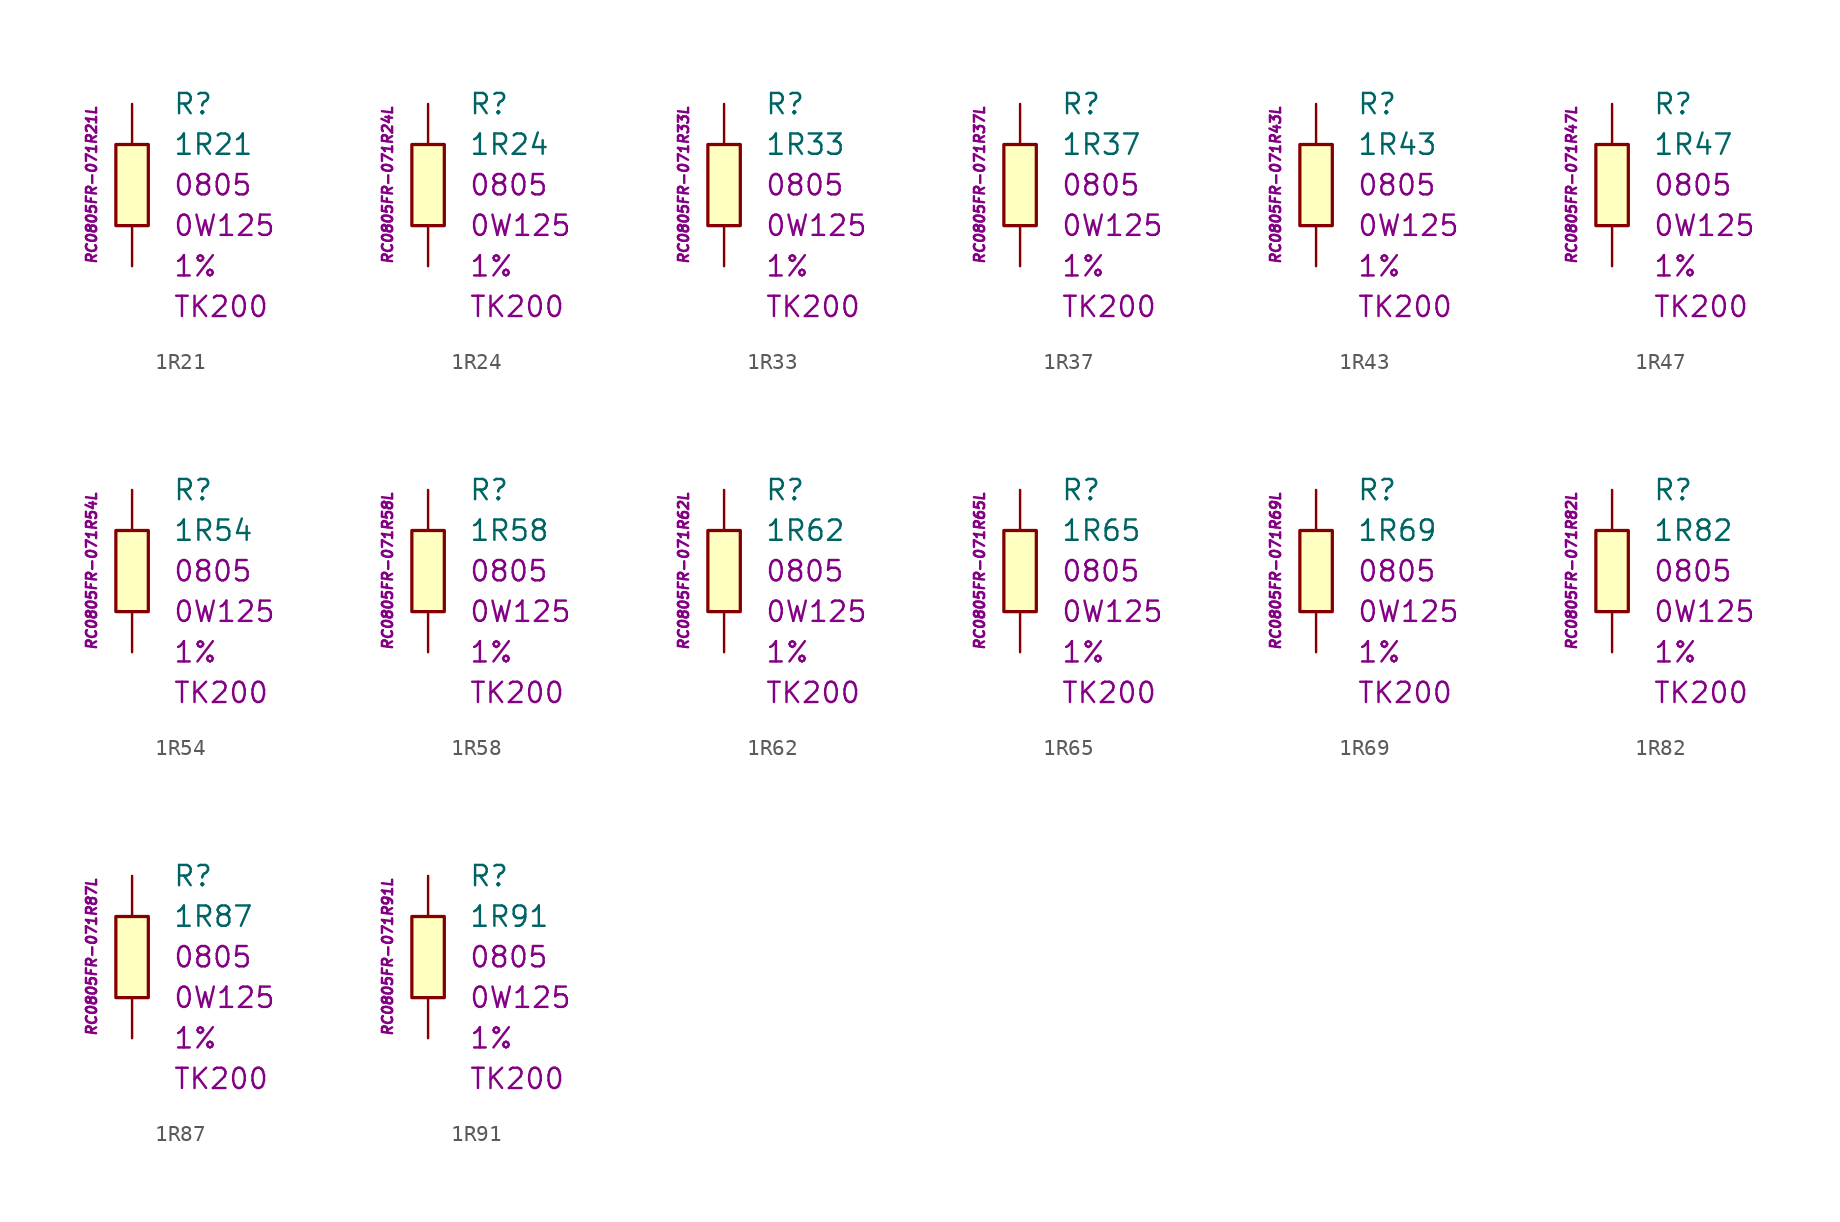
<source format=kicad_sym>
(kicad_symbol_lib
  (version 20201005)
  (generator kicad_symbol_editor)
  (symbol "1R21"
    (pin_numbers hide)
    (pin_names
      (offset 1.016) hide)
    (property "Reference" "R"
      (at 2.54 5.08 0)
      (effects (font (size 1.27 1.27)) (justify left)))
    (property "Value" "1R21"
      (at 2.54 2.54 0)
      (effects (font (size 1.27 1.27)) (justify left)))
    (property "Package" "0805"
      (at 2.54 0 0)
      (effects (font (size 1.27 1.27)) (justify left)))
    (property "Power" "0W125"
      (at 2.54 -2.54 0)
      (effects (font (size 1.27 1.27)) (justify left)))
    (property "Tolerance" "1%"
      (at 2.54 -5.08 0)
      (effects (font (size 1.27 1.27)) (justify left)))
    (property "TK" "TK200"
      (at 2.54 -7.62 0)
      (effects (font (size 1.27 1.27)) (justify left)))
    (property "ID" "RC0805FR-071R21L"
      (at -2.54 0 90)
      (effects (font (size 0.635 0.635) italic)))
    (symbol "1R21_0_1"
      (rectangle (start -1.016 2.54) (end 1.016 -2.54) (stroke (width 0.203)) (fill (type background))))
    (symbol "1R21_1_1"
      (pin passive line (at 0 5.08 270) (length 2.54) (name "~" (effects (font (size 1.778 1.778)))) (number "1" (effects (font (size 1.778 1.778)))))
      (pin passive line (at 0 -5.08 90) (length 2.54) (name "~" (effects (font (size 1.778 1.778)))) (number "2" (effects (font (size 1.778 1.778)))))))
  (symbol "1R24"
    (pin_numbers hide)
    (pin_names
      (offset 1.016) hide)
    (property "Reference" "R"
      (at 2.54 5.08 0)
      (effects (font (size 1.27 1.27)) (justify left)))
    (property "Value" "1R24"
      (at 2.54 2.54 0)
      (effects (font (size 1.27 1.27)) (justify left)))
    (property "Package" "0805"
      (at 2.54 0 0)
      (effects (font (size 1.27 1.27)) (justify left)))
    (property "Power" "0W125"
      (at 2.54 -2.54 0)
      (effects (font (size 1.27 1.27)) (justify left)))
    (property "Tolerance" "1%"
      (at 2.54 -5.08 0)
      (effects (font (size 1.27 1.27)) (justify left)))
    (property "TK" "TK200"
      (at 2.54 -7.62 0)
      (effects (font (size 1.27 1.27)) (justify left)))
    (property "ID" "RC0805FR-071R24L"
      (at -2.54 0 90)
      (effects (font (size 0.635 0.635) italic)))
    (symbol "1R24_0_1"
      (rectangle (start -1.016 2.54) (end 1.016 -2.54) (stroke (width 0.203)) (fill (type background))))
    (symbol "1R24_1_1"
      (pin passive line (at 0 5.08 270) (length 2.54) (name "~" (effects (font (size 1.778 1.778)))) (number "1" (effects (font (size 1.778 1.778)))))
      (pin passive line (at 0 -5.08 90) (length 2.54) (name "~" (effects (font (size 1.778 1.778)))) (number "2" (effects (font (size 1.778 1.778)))))))
  (symbol "1R33"
    (pin_numbers hide)
    (pin_names
      (offset 1.016) hide)
    (property "Reference" "R"
      (at 2.54 5.08 0)
      (effects (font (size 1.27 1.27)) (justify left)))
    (property "Value" "1R33"
      (at 2.54 2.54 0)
      (effects (font (size 1.27 1.27)) (justify left)))
    (property "Package" "0805"
      (at 2.54 0 0)
      (effects (font (size 1.27 1.27)) (justify left)))
    (property "Power" "0W125"
      (at 2.54 -2.54 0)
      (effects (font (size 1.27 1.27)) (justify left)))
    (property "Tolerance" "1%"
      (at 2.54 -5.08 0)
      (effects (font (size 1.27 1.27)) (justify left)))
    (property "TK" "TK200"
      (at 2.54 -7.62 0)
      (effects (font (size 1.27 1.27)) (justify left)))
    (property "ID" "RC0805FR-071R33L"
      (at -2.54 0 90)
      (effects (font (size 0.635 0.635) italic)))
    (symbol "1R33_0_1"
      (rectangle (start -1.016 2.54) (end 1.016 -2.54) (stroke (width 0.203)) (fill (type background))))
    (symbol "1R33_1_1"
      (pin passive line (at 0 5.08 270) (length 2.54) (name "~" (effects (font (size 1.778 1.778)))) (number "1" (effects (font (size 1.778 1.778)))))
      (pin passive line (at 0 -5.08 90) (length 2.54) (name "~" (effects (font (size 1.778 1.778)))) (number "2" (effects (font (size 1.778 1.778)))))))
  (symbol "1R37"
    (pin_numbers hide)
    (pin_names
      (offset 1.016) hide)
    (property "Reference" "R"
      (at 2.54 5.08 0)
      (effects (font (size 1.27 1.27)) (justify left)))
    (property "Value" "1R37"
      (at 2.54 2.54 0)
      (effects (font (size 1.27 1.27)) (justify left)))
    (property "Package" "0805"
      (at 2.54 0 0)
      (effects (font (size 1.27 1.27)) (justify left)))
    (property "Power" "0W125"
      (at 2.54 -2.54 0)
      (effects (font (size 1.27 1.27)) (justify left)))
    (property "Tolerance" "1%"
      (at 2.54 -5.08 0)
      (effects (font (size 1.27 1.27)) (justify left)))
    (property "TK" "TK200"
      (at 2.54 -7.62 0)
      (effects (font (size 1.27 1.27)) (justify left)))
    (property "ID" "RC0805FR-071R37L"
      (at -2.54 0 90)
      (effects (font (size 0.635 0.635) italic)))
    (symbol "1R37_0_1"
      (rectangle (start -1.016 2.54) (end 1.016 -2.54) (stroke (width 0.203)) (fill (type background))))
    (symbol "1R37_1_1"
      (pin passive line (at 0 5.08 270) (length 2.54) (name "~" (effects (font (size 1.778 1.778)))) (number "1" (effects (font (size 1.778 1.778)))))
      (pin passive line (at 0 -5.08 90) (length 2.54) (name "~" (effects (font (size 1.778 1.778)))) (number "2" (effects (font (size 1.778 1.778)))))))
  (symbol "1R43"
    (pin_numbers hide)
    (pin_names
      (offset 1.016) hide)
    (property "Reference" "R"
      (at 2.54 5.08 0)
      (effects (font (size 1.27 1.27)) (justify left)))
    (property "Value" "1R43"
      (at 2.54 2.54 0)
      (effects (font (size 1.27 1.27)) (justify left)))
    (property "Package" "0805"
      (at 2.54 0 0)
      (effects (font (size 1.27 1.27)) (justify left)))
    (property "Power" "0W125"
      (at 2.54 -2.54 0)
      (effects (font (size 1.27 1.27)) (justify left)))
    (property "Tolerance" "1%"
      (at 2.54 -5.08 0)
      (effects (font (size 1.27 1.27)) (justify left)))
    (property "TK" "TK200"
      (at 2.54 -7.62 0)
      (effects (font (size 1.27 1.27)) (justify left)))
    (property "ID" "RC0805FR-071R43L"
      (at -2.54 0 90)
      (effects (font (size 0.635 0.635) italic)))
    (symbol "1R43_0_1"
      (rectangle (start -1.016 2.54) (end 1.016 -2.54) (stroke (width 0.203)) (fill (type background))))
    (symbol "1R43_1_1"
      (pin passive line (at 0 5.08 270) (length 2.54) (name "~" (effects (font (size 1.778 1.778)))) (number "1" (effects (font (size 1.778 1.778)))))
      (pin passive line (at 0 -5.08 90) (length 2.54) (name "~" (effects (font (size 1.778 1.778)))) (number "2" (effects (font (size 1.778 1.778)))))))
  (symbol "1R47"
    (pin_numbers hide)
    (pin_names
      (offset 1.016) hide)
    (property "Reference" "R"
      (at 2.54 5.08 0)
      (effects (font (size 1.27 1.27)) (justify left)))
    (property "Value" "1R47"
      (at 2.54 2.54 0)
      (effects (font (size 1.27 1.27)) (justify left)))
    (property "Package" "0805"
      (at 2.54 0 0)
      (effects (font (size 1.27 1.27)) (justify left)))
    (property "Power" "0W125"
      (at 2.54 -2.54 0)
      (effects (font (size 1.27 1.27)) (justify left)))
    (property "Tolerance" "1%"
      (at 2.54 -5.08 0)
      (effects (font (size 1.27 1.27)) (justify left)))
    (property "TK" "TK200"
      (at 2.54 -7.62 0)
      (effects (font (size 1.27 1.27)) (justify left)))
    (property "ID" "RC0805FR-071R47L"
      (at -2.54 0 90)
      (effects (font (size 0.635 0.635) italic)))
    (symbol "1R47_0_1"
      (rectangle (start -1.016 2.54) (end 1.016 -2.54) (stroke (width 0.203)) (fill (type background))))
    (symbol "1R47_1_1"
      (pin passive line (at 0 5.08 270) (length 2.54) (name "~" (effects (font (size 1.778 1.778)))) (number "1" (effects (font (size 1.778 1.778)))))
      (pin passive line (at 0 -5.08 90) (length 2.54) (name "~" (effects (font (size 1.778 1.778)))) (number "2" (effects (font (size 1.778 1.778)))))))
  (symbol "1R54"
    (pin_numbers hide)
    (pin_names
      (offset 1.016) hide)
    (property "Reference" "R"
      (at 2.54 5.08 0)
      (effects (font (size 1.27 1.27)) (justify left)))
    (property "Value" "1R54"
      (at 2.54 2.54 0)
      (effects (font (size 1.27 1.27)) (justify left)))
    (property "Package" "0805"
      (at 2.54 0 0)
      (effects (font (size 1.27 1.27)) (justify left)))
    (property "Power" "0W125"
      (at 2.54 -2.54 0)
      (effects (font (size 1.27 1.27)) (justify left)))
    (property "Tolerance" "1%"
      (at 2.54 -5.08 0)
      (effects (font (size 1.27 1.27)) (justify left)))
    (property "TK" "TK200"
      (at 2.54 -7.62 0)
      (effects (font (size 1.27 1.27)) (justify left)))
    (property "ID" "RC0805FR-071R54L"
      (at -2.54 0 90)
      (effects (font (size 0.635 0.635) italic)))
    (symbol "1R54_0_1"
      (rectangle (start -1.016 2.54) (end 1.016 -2.54) (stroke (width 0.203)) (fill (type background))))
    (symbol "1R54_1_1"
      (pin passive line (at 0 5.08 270) (length 2.54) (name "~" (effects (font (size 1.778 1.778)))) (number "1" (effects (font (size 1.778 1.778)))))
      (pin passive line (at 0 -5.08 90) (length 2.54) (name "~" (effects (font (size 1.778 1.778)))) (number "2" (effects (font (size 1.778 1.778)))))))
  (symbol "1R58"
    (pin_numbers hide)
    (pin_names
      (offset 1.016) hide)
    (property "Reference" "R"
      (at 2.54 5.08 0)
      (effects (font (size 1.27 1.27)) (justify left)))
    (property "Value" "1R58"
      (at 2.54 2.54 0)
      (effects (font (size 1.27 1.27)) (justify left)))
    (property "Package" "0805"
      (at 2.54 0 0)
      (effects (font (size 1.27 1.27)) (justify left)))
    (property "Power" "0W125"
      (at 2.54 -2.54 0)
      (effects (font (size 1.27 1.27)) (justify left)))
    (property "Tolerance" "1%"
      (at 2.54 -5.08 0)
      (effects (font (size 1.27 1.27)) (justify left)))
    (property "TK" "TK200"
      (at 2.54 -7.62 0)
      (effects (font (size 1.27 1.27)) (justify left)))
    (property "ID" "RC0805FR-071R58L"
      (at -2.54 0 90)
      (effects (font (size 0.635 0.635) italic)))
    (symbol "1R58_0_1"
      (rectangle (start -1.016 2.54) (end 1.016 -2.54) (stroke (width 0.203)) (fill (type background))))
    (symbol "1R58_1_1"
      (pin passive line (at 0 5.08 270) (length 2.54) (name "~" (effects (font (size 1.778 1.778)))) (number "1" (effects (font (size 1.778 1.778)))))
      (pin passive line (at 0 -5.08 90) (length 2.54) (name "~" (effects (font (size 1.778 1.778)))) (number "2" (effects (font (size 1.778 1.778)))))))
  (symbol "1R62"
    (pin_numbers hide)
    (pin_names
      (offset 1.016) hide)
    (property "Reference" "R"
      (at 2.54 5.08 0)
      (effects (font (size 1.27 1.27)) (justify left)))
    (property "Value" "1R62"
      (at 2.54 2.54 0)
      (effects (font (size 1.27 1.27)) (justify left)))
    (property "Package" "0805"
      (at 2.54 0 0)
      (effects (font (size 1.27 1.27)) (justify left)))
    (property "Power" "0W125"
      (at 2.54 -2.54 0)
      (effects (font (size 1.27 1.27)) (justify left)))
    (property "Tolerance" "1%"
      (at 2.54 -5.08 0)
      (effects (font (size 1.27 1.27)) (justify left)))
    (property "TK" "TK200"
      (at 2.54 -7.62 0)
      (effects (font (size 1.27 1.27)) (justify left)))
    (property "ID" "RC0805FR-071R62L"
      (at -2.54 0 90)
      (effects (font (size 0.635 0.635) italic)))
    (symbol "1R62_0_1"
      (rectangle (start -1.016 2.54) (end 1.016 -2.54) (stroke (width 0.203)) (fill (type background))))
    (symbol "1R62_1_1"
      (pin passive line (at 0 5.08 270) (length 2.54) (name "~" (effects (font (size 1.778 1.778)))) (number "1" (effects (font (size 1.778 1.778)))))
      (pin passive line (at 0 -5.08 90) (length 2.54) (name "~" (effects (font (size 1.778 1.778)))) (number "2" (effects (font (size 1.778 1.778)))))))
  (symbol "1R65"
    (pin_numbers hide)
    (pin_names
      (offset 1.016) hide)
    (property "Reference" "R"
      (at 2.54 5.08 0)
      (effects (font (size 1.27 1.27)) (justify left)))
    (property "Value" "1R65"
      (at 2.54 2.54 0)
      (effects (font (size 1.27 1.27)) (justify left)))
    (property "Package" "0805"
      (at 2.54 0 0)
      (effects (font (size 1.27 1.27)) (justify left)))
    (property "Power" "0W125"
      (at 2.54 -2.54 0)
      (effects (font (size 1.27 1.27)) (justify left)))
    (property "Tolerance" "1%"
      (at 2.54 -5.08 0)
      (effects (font (size 1.27 1.27)) (justify left)))
    (property "TK" "TK200"
      (at 2.54 -7.62 0)
      (effects (font (size 1.27 1.27)) (justify left)))
    (property "ID" "RC0805FR-071R65L"
      (at -2.54 0 90)
      (effects (font (size 0.635 0.635) italic)))
    (symbol "1R65_0_1"
      (rectangle (start -1.016 2.54) (end 1.016 -2.54) (stroke (width 0.203)) (fill (type background))))
    (symbol "1R65_1_1"
      (pin passive line (at 0 5.08 270) (length 2.54) (name "~" (effects (font (size 1.778 1.778)))) (number "1" (effects (font (size 1.778 1.778)))))
      (pin passive line (at 0 -5.08 90) (length 2.54) (name "~" (effects (font (size 1.778 1.778)))) (number "2" (effects (font (size 1.778 1.778)))))))
  (symbol "1R69"
    (pin_numbers hide)
    (pin_names
      (offset 1.016) hide)
    (property "Reference" "R"
      (at 2.54 5.08 0)
      (effects (font (size 1.27 1.27)) (justify left)))
    (property "Value" "1R69"
      (at 2.54 2.54 0)
      (effects (font (size 1.27 1.27)) (justify left)))
    (property "Package" "0805"
      (at 2.54 0 0)
      (effects (font (size 1.27 1.27)) (justify left)))
    (property "Power" "0W125"
      (at 2.54 -2.54 0)
      (effects (font (size 1.27 1.27)) (justify left)))
    (property "Tolerance" "1%"
      (at 2.54 -5.08 0)
      (effects (font (size 1.27 1.27)) (justify left)))
    (property "TK" "TK200"
      (at 2.54 -7.62 0)
      (effects (font (size 1.27 1.27)) (justify left)))
    (property "ID" "RC0805FR-071R69L"
      (at -2.54 0 90)
      (effects (font (size 0.635 0.635) italic)))
    (symbol "1R69_0_1"
      (rectangle (start -1.016 2.54) (end 1.016 -2.54) (stroke (width 0.203)) (fill (type background))))
    (symbol "1R69_1_1"
      (pin passive line (at 0 5.08 270) (length 2.54) (name "~" (effects (font (size 1.778 1.778)))) (number "1" (effects (font (size 1.778 1.778)))))
      (pin passive line (at 0 -5.08 90) (length 2.54) (name "~" (effects (font (size 1.778 1.778)))) (number "2" (effects (font (size 1.778 1.778)))))))
  (symbol "1R82"
    (pin_numbers hide)
    (pin_names
      (offset 1.016) hide)
    (property "Reference" "R"
      (at 2.54 5.08 0)
      (effects (font (size 1.27 1.27)) (justify left)))
    (property "Value" "1R82"
      (at 2.54 2.54 0)
      (effects (font (size 1.27 1.27)) (justify left)))
    (property "Package" "0805"
      (at 2.54 0 0)
      (effects (font (size 1.27 1.27)) (justify left)))
    (property "Power" "0W125"
      (at 2.54 -2.54 0)
      (effects (font (size 1.27 1.27)) (justify left)))
    (property "Tolerance" "1%"
      (at 2.54 -5.08 0)
      (effects (font (size 1.27 1.27)) (justify left)))
    (property "TK" "TK200"
      (at 2.54 -7.62 0)
      (effects (font (size 1.27 1.27)) (justify left)))
    (property "ID" "RC0805FR-071R82L"
      (at -2.54 0 90)
      (effects (font (size 0.635 0.635) italic)))
    (symbol "1R82_0_1"
      (rectangle (start -1.016 2.54) (end 1.016 -2.54) (stroke (width 0.203)) (fill (type background))))
    (symbol "1R82_1_1"
      (pin passive line (at 0 5.08 270) (length 2.54) (name "~" (effects (font (size 1.778 1.778)))) (number "1" (effects (font (size 1.778 1.778)))))
      (pin passive line (at 0 -5.08 90) (length 2.54) (name "~" (effects (font (size 1.778 1.778)))) (number "2" (effects (font (size 1.778 1.778)))))))
  (symbol "1R87"
    (pin_numbers hide)
    (pin_names
      (offset 1.016) hide)
    (property "Reference" "R"
      (at 2.54 5.08 0)
      (effects (font (size 1.27 1.27)) (justify left)))
    (property "Value" "1R87"
      (at 2.54 2.54 0)
      (effects (font (size 1.27 1.27)) (justify left)))
    (property "Package" "0805"
      (at 2.54 0 0)
      (effects (font (size 1.27 1.27)) (justify left)))
    (property "Power" "0W125"
      (at 2.54 -2.54 0)
      (effects (font (size 1.27 1.27)) (justify left)))
    (property "Tolerance" "1%"
      (at 2.54 -5.08 0)
      (effects (font (size 1.27 1.27)) (justify left)))
    (property "TK" "TK200"
      (at 2.54 -7.62 0)
      (effects (font (size 1.27 1.27)) (justify left)))
    (property "ID" "RC0805FR-071R87L"
      (at -2.54 0 90)
      (effects (font (size 0.635 0.635) italic)))
    (symbol "1R87_0_1"
      (rectangle (start -1.016 2.54) (end 1.016 -2.54) (stroke (width 0.203)) (fill (type background))))
    (symbol "1R87_1_1"
      (pin passive line (at 0 5.08 270) (length 2.54) (name "~" (effects (font (size 1.778 1.778)))) (number "1" (effects (font (size 1.778 1.778)))))
      (pin passive line (at 0 -5.08 90) (length 2.54) (name "~" (effects (font (size 1.778 1.778)))) (number "2" (effects (font (size 1.778 1.778)))))))
  (symbol "1R91"
    (pin_numbers hide)
    (pin_names
      (offset 1.016) hide)
    (property "Reference" "R"
      (at 2.54 5.08 0)
      (effects (font (size 1.27 1.27)) (justify left)))
    (property "Value" "1R91"
      (at 2.54 2.54 0)
      (effects (font (size 1.27 1.27)) (justify left)))
    (property "Package" "0805"
      (at 2.54 0 0)
      (effects (font (size 1.27 1.27)) (justify left)))
    (property "Power" "0W125"
      (at 2.54 -2.54 0)
      (effects (font (size 1.27 1.27)) (justify left)))
    (property "Tolerance" "1%"
      (at 2.54 -5.08 0)
      (effects (font (size 1.27 1.27)) (justify left)))
    (property "TK" "TK200"
      (at 2.54 -7.62 0)
      (effects (font (size 1.27 1.27)) (justify left)))
    (property "ID" "RC0805FR-071R91L"
      (at -2.54 0 90)
      (effects (font (size 0.635 0.635) italic)))
    (symbol "1R91_0_1"
      (rectangle (start -1.016 2.54) (end 1.016 -2.54) (stroke (width 0.203)) (fill (type background))))
    (symbol "1R91_1_1"
      (pin passive line (at 0 5.08 270) (length 2.54) (name "~" (effects (font (size 1.778 1.778)))) (number "1" (effects (font (size 1.778 1.778)))))
      (pin passive line (at 0 -5.08 90) (length 2.54) (name "~" (effects (font (size 1.778 1.778)))) (number "2" (effects (font (size 1.778 1.778))))))))
</source>
